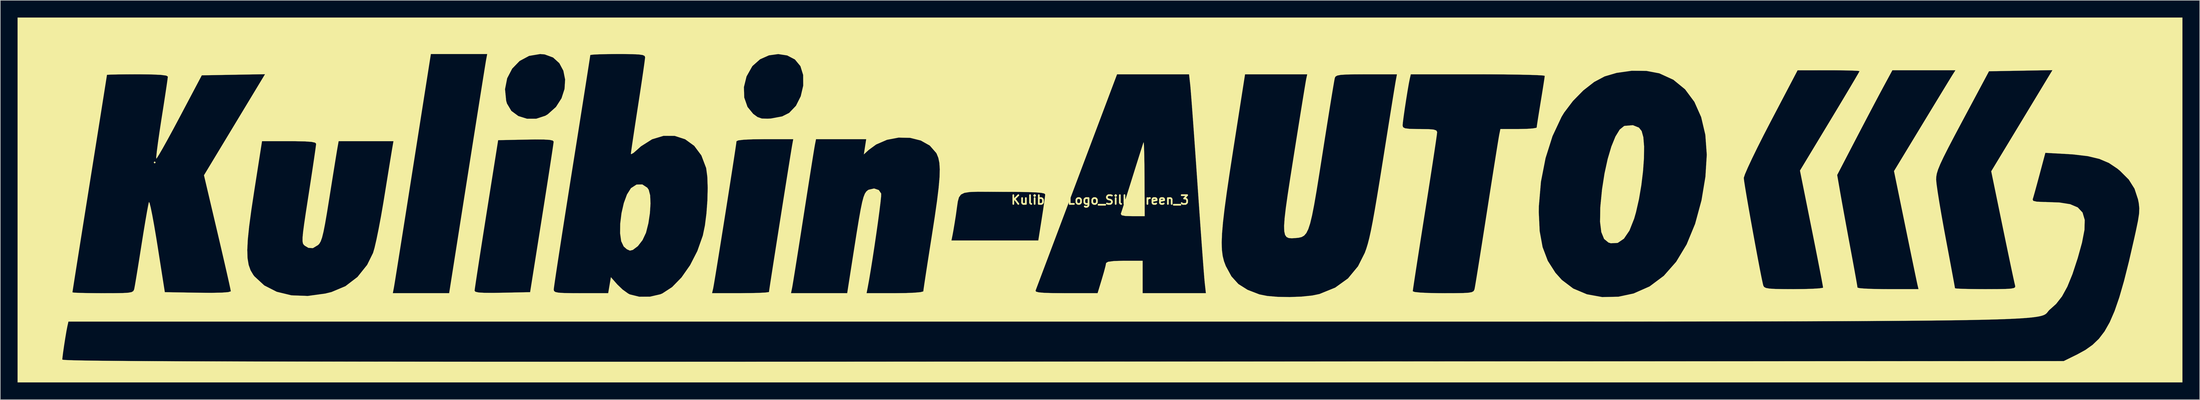
<source format=kicad_pcb>
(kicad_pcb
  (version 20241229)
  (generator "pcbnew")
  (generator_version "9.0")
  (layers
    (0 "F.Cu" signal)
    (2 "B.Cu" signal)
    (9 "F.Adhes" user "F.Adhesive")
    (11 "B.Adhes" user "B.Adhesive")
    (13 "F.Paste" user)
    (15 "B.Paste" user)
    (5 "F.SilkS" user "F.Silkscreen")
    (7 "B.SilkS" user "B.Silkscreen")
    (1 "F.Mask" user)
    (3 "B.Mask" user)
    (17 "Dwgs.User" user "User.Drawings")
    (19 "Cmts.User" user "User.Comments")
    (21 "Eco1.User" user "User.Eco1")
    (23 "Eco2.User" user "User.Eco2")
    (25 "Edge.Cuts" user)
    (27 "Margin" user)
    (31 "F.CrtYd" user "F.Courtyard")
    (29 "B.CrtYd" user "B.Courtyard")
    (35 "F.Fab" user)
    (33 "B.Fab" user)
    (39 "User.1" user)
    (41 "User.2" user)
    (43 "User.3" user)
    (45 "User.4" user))
  (footprint "Kulibin-Logo_SilkScreen_3"
    (layer "F.Cu")
    (at 188.036 31.755)
    (property "Reference" "Kulibin-Logo_SilkScreen_3" (at 0 0 0) (layer "F.SilkS") (effects (font (size 1.524 1.524) (thickness 0.3))))
    (attr through_hole)
    (fp_poly (pts (xy -164.042 -6.526) (xy -164.218 -6.35) (xy -164.394 -6.526) (xy -164.218 -6.703) (xy -164.042 -6.526)) (stroke (width 0.01) (type solid)) (fill yes) (layer "F.SilkS"))
    (fp_poly (pts (xy 7.611 -9.833) (xy 7.653 -9.008) (xy 7.689 -7.681) (xy 7.716 -5.952) (xy 7.733 -3.923) (xy 7.733 -3.792) (xy 7.761 2.822) (xy 5.607 2.822) (xy 4.4 2.789) (xy 3.777 2.67) (xy 3.615 2.435) (xy 3.643 2.325) (xy 3.807 1.836) (xy 4.142 0.795) (xy 4.608 -0.676) (xy 5.168 -2.454) (xy 5.631 -3.937) (xy 6.23 -5.855) (xy 6.762 -7.545) (xy 7.187 -8.888) (xy 7.47 -9.767) (xy 7.567 -10.054) (xy 7.611 -9.833)) (stroke (width 0.01) (type solid)) (fill yes) (layer "F.SilkS"))
    (fp_poly (pts (xy -78.642 -2.132) (xy -78.395 -1.764) (xy -78.149 -0.815) (xy -78.085 0.607) (xy -78.19 2.296) (xy -78.451 4.047) (xy -78.855 5.655) (xy -78.879 5.728) (xy -79.472 6.992) (xy -80.28 8.037) (xy -81.147 8.689) (xy -81.661 8.819) (xy -82.196 8.579) (xy -82.742 8.097) (xy -83.176 7.178) (xy -83.369 5.784) (xy -83.342 4.094) (xy -83.119 2.288) (xy -82.721 0.545) (xy -82.171 -0.956) (xy -81.491 -2.036) (xy -81.473 -2.056) (xy -80.513 -2.678) (xy -79.502 -2.697) (xy -78.642 -2.132)) (stroke (width 0.01) (type solid)) (fill yes) (layer "F.SilkS"))
    (fp_poly (pts (xy 93.617 -12.59) (xy 94.089 -11.994) (xy 94.383 -10.922) (xy 94.513 -9.305) (xy 94.49 -7.28) (xy 94.326 -4.987) (xy 94.034 -2.563) (xy 93.624 -0.146) (xy 93.109 2.126) (xy 92.787 3.258) (xy 91.97 5.327) (xy 91.012 6.738) (xy 89.926 7.478) (xy 88.727 7.536) (xy 88.318 7.407) (xy 87.565 6.782) (xy 87.083 5.595) (xy 86.865 3.816) (xy 86.903 1.411) (xy 86.924 1.084) (xy 87.211 -1.853) (xy 87.642 -4.621) (xy 88.19 -7.133) (xy 88.831 -9.301) (xy 89.536 -11.036) (xy 90.28 -12.253) (xy 91.036 -12.863) (xy 91.132 -12.892) (xy 92.562 -13.014) (xy 93.617 -12.59)) (stroke (width 0.01) (type solid)) (fill yes) (layer "F.SilkS"))
    (fp_poly (pts (xy 188.031 31.75) (xy -188.031 31.75) (xy -188.031 27.783) (xy -180.267 27.783) (xy -180.148 27.818) (xy -179.78 27.851) (xy -179.147 27.882) (xy -178.234 27.911) (xy -177.024 27.938) (xy -175.502 27.964) (xy -173.651 27.988) (xy -171.457 28.01) (xy -168.903 28.03) (xy -165.973 28.049) (xy -162.652 28.066) (xy -158.923 28.082) (xy -154.771 28.096) (xy -150.181 28.109) (xy -145.135 28.12) (xy -139.619 28.13) (xy -133.616 28.138) (xy -127.111 28.146) (xy -120.088 28.151) (xy -112.531 28.156) (xy -104.424 28.159) (xy -95.751 28.161) (xy -86.497 28.161) (xy -76.646 28.161) (xy -66.181 28.159) (xy -55.087 28.156) (xy -43.349 28.152) (xy -30.95 28.147) (xy -17.874 28.142) (xy -6.431 28.136) (xy 167.408 28.046) (xy 169.744 26.896) (xy 171.167 26.115) (xy 172.414 25.228) (xy 173.514 24.171) (xy 174.499 22.881) (xy 175.398 21.293) (xy 176.242 19.344) (xy 177.06 16.971) (xy 177.884 14.109) (xy 178.742 10.695) (xy 179.666 6.665) (xy 179.948 5.385) (xy 180.305 3.661) (xy 180.498 2.417) (xy 180.541 1.448) (xy 180.447 0.55) (xy 180.312 -0.122) (xy 179.705 -1.965) (xy 178.707 -3.55) (xy 177.189 -5.071) (xy 176.705 -5.47) (xy 175.255 -6.44) (xy 173.599 -7.145) (xy 171.595 -7.625) (xy 169.099 -7.922) (xy 167.922 -8) (xy 164.218 -8.202) (xy 163.196 -4.365) (xy 162.77 -2.784) (xy 162.401 -1.435) (xy 162.13 -0.477) (xy 162.011 -0.088) (xy 162.123 0.159) (xy 162.742 0.301) (xy 163.958 0.355) (xy 164.269 0.357) (xy 166.676 0.444) (xy 168.524 0.738) (xy 169.847 1.3) (xy 170.68 2.189) (xy 171.057 3.468) (xy 171.014 5.197) (xy 170.584 7.436) (xy 169.84 10.122) (xy 168.928 12.907) (xy 168.036 15.095) (xy 167.109 16.788) (xy 166.093 18.09) (xy 165.137 18.953) (xy 164.94 19.122) (xy 164.79 19.283) (xy 164.669 19.436) (xy 164.557 19.58) (xy 164.437 19.715) (xy 164.29 19.843) (xy 164.097 19.963) (xy 163.84 20.076) (xy 163.5 20.182) (xy 163.058 20.28) (xy 162.496 20.372) (xy 161.796 20.458) (xy 160.939 20.537) (xy 159.906 20.61) (xy 158.679 20.677) (xy 157.239 20.739) (xy 155.568 20.795) (xy 153.647 20.847) (xy 151.458 20.893) (xy 148.981 20.935) (xy 146.199 20.973) (xy 143.093 21.006) (xy 139.644 21.036) (xy 135.834 21.061) (xy 131.644 21.084) (xy 127.056 21.103) (xy 122.051 21.119) (xy 116.61 21.133) (xy 110.716 21.144) (xy 104.349 21.152) (xy 97.491 21.159) (xy 90.123 21.164) (xy 82.226 21.167) (xy 73.783 21.17) (xy 64.775 21.171) (xy 55.183 21.171) (xy 44.988 21.17) (xy 34.172 21.169) (xy 22.717 21.168) (xy 10.603 21.167) (xy -2.187 21.167) (xy -9.582 21.167) (xy -179.198 21.167) (xy -179.378 21.96) (xy -179.541 22.798) (xy -179.744 23.999) (xy -179.952 25.333) (xy -180.131 26.571) (xy -180.244 27.484) (xy -180.267 27.783) (xy -188.031 27.783) (xy -188.031 16.086) (xy -178.506 16.086) (xy -178.173 16.136) (xy -177.257 16.177) (xy -175.88 16.208) (xy -174.163 16.226) (xy -173.221 16.228) (xy -171.189 16.224) (xy -169.754 16.203) (xy -168.807 16.148) (xy -168.239 16.044) (xy -167.94 15.874) (xy -167.803 15.624) (xy -167.754 15.434) (xy -167.645 14.849) (xy -167.447 13.688) (xy -167.182 12.073) (xy -166.869 10.127) (xy -166.528 7.972) (xy -166.495 7.761) (xy -166.153 5.613) (xy -165.834 3.685) (xy -165.558 2.092) (xy -165.347 0.951) (xy -165.219 0.377) (xy -165.211 0.353) (xy -165.101 0.532) (xy -164.905 1.321) (xy -164.638 2.63) (xy -164.32 4.371) (xy -163.967 6.456) (xy -163.729 7.938) (xy -162.454 16.051) (xy -156.722 16.148) (xy -154.346 16.167) (xy -152.58 16.133) (xy -151.454 16.048) (xy -150.998 15.914) (xy -150.989 15.888) (xy -151.067 15.464) (xy -151.287 14.444) (xy -151.63 12.917) (xy -152.074 10.972) (xy -152.599 8.7) (xy -152.599 8.698) (xy -148.133 8.698) (xy -148.084 10.15) (xy -147.893 11.305) (xy -147.561 12.242) (xy -147.086 13.041) (xy -146.89 13.297) (xy -145.177 14.88) (xy -143.008 15.987) (xy -140.463 16.603) (xy -137.624 16.71) (xy -134.57 16.292) (xy -134.309 16.228) (xy -122.849 16.228) (xy -113.06 16.228) (xy -112.992 15.797) (xy -108.645 15.797) (xy -108.49 15.982) (xy -107.958 16.103) (xy -106.962 16.164) (xy -105.414 16.174) (xy -103.826 16.15) (xy -98.996 16.051) (xy -98.924 15.597) (xy -94.897 15.597) (xy -94.841 15.852) (xy -94.598 16.028) (xy -94.06 16.139) (xy -93.117 16.199) (xy -91.66 16.224) (xy -90.166 16.228) (xy -85.434 16.228) (xy -84.964 13.444) (xy -83.852 14.711) (xy -82.934 15.595) (xy -81.968 16.29) (xy -81.675 16.442) (xy -80.04 16.845) (xy -78.166 16.835) (xy -76.379 16.42) (xy -76.024 16.273) (xy -75.954 16.228) (xy -67.394 16.228) (xy -62.448 16.228) (xy -53.678 16.228) (xy -43.916 16.228) (xy -42.716 8.555) (xy -42.261 5.669) (xy -41.889 3.402) (xy -41.582 1.672) (xy -41.32 0.401) (xy -41.083 -0.491) (xy -40.852 -1.085) (xy -40.608 -1.46) (xy -40.33 -1.697) (xy -40.188 -1.779) (xy -39.243 -1.999) (xy -38.425 -1.72) (xy -38.012 -1.111) (xy -38.025 -0.629) (xy -38.134 0.43) (xy -38.321 1.947) (xy -38.569 3.803) (xy -38.862 5.879) (xy -39.181 8.056) (xy -39.51 10.213) (xy -39.833 12.232) (xy -40.13 13.994) (xy -40.362 15.258) (xy -40.552 16.228) (xy -35.622 16.228) (xy -33.752 16.205) (xy -32.238 16.143) (xy -31.187 16.048) (xy -30.709 15.927) (xy -30.692 15.897) (xy -30.678 15.787) (xy -11.2 15.787) (xy -11.107 15.961) (xy -10.626 16.086) (xy -9.679 16.168) (xy -8.188 16.213) (xy -6.075 16.228) (xy -5.893 16.228) (xy -0.421 16.228) (xy 0.318 13.792) (xy 0.684 12.539) (xy 0.948 11.536) (xy 1.058 10.986) (xy 1.058 10.97) (xy 1.404 10.762) (xy 2.419 10.632) (xy 4.072 10.584) (xy 4.233 10.583) (xy 7.408 10.583) (xy 7.408 16.228) (xy 18.395 16.228) (xy 18.188 14.376) (xy 18.121 13.634) (xy 18.012 12.271) (xy 17.868 10.371) (xy 17.694 8.017) (xy 17.65 7.397) (xy 21.137 7.397) (xy 21.175 8.681) (xy 21.308 9.744) (xy 21.532 10.654) (xy 21.842 11.479) (xy 21.858 11.516) (xy 22.833 13.305) (xy 24.04 14.637) (xy 25.638 15.647) (xy 27.693 16.44) (xy 29.051 16.712) (xy 30.876 16.866) (xy 32.938 16.903) (xy 35.01 16.825) (xy 36.861 16.634) (xy 38.124 16.373) (xy 40.852 15.262) (xy 43.076 13.66) (xy 44.821 11.546) (xy 45.99 9.22) (xy 46.259 8.481) (xy 46.517 7.639) (xy 46.779 6.622) (xy 47.057 5.359) (xy 47.367 3.777) (xy 47.721 1.806) (xy 48.134 -0.628) (xy 48.62 -3.595) (xy 49.192 -7.168) (xy 49.374 -8.318) (xy 49.817 -11.105) (xy 50.113 -12.965) (xy 52.565 -12.965) (xy 52.646 -12.662) (xy 52.98 -12.477) (xy 53.702 -12.382) (xy 54.944 -12.349) (xy 55.562 -12.347) (xy 57.045 -12.327) (xy 57.953 -12.252) (xy 58.414 -12.096) (xy 58.559 -11.836) (xy 58.561 -11.78) (xy 58.508 -11.315) (xy 58.355 -10.232) (xy 58.115 -8.611) (xy 57.8 -6.533) (xy 57.422 -4.076) (xy 56.994 -1.32) (xy 56.526 1.656) (xy 56.444 2.175) (xy 55.973 5.168) (xy 55.537 7.945) (xy 55.15 10.429) (xy 54.824 12.541) (xy 54.571 14.204) (xy 54.402 15.339) (xy 54.33 15.87) (xy 54.328 15.895) (xy 54.664 16.019) (xy 55.606 16.12) (xy 57.055 16.191) (xy 58.912 16.225) (xy 59.613 16.228) (xy 61.644 16.224) (xy 63.079 16.203) (xy 64.026 16.148) (xy 64.594 16.044) (xy 64.893 15.874) (xy 65.03 15.624) (xy 65.079 15.434) (xy 65.173 14.91) (xy 65.362 13.773) (xy 65.632 12.109) (xy 65.969 10) (xy 66.36 7.533) (xy 66.79 4.792) (xy 67.208 2.117) (xy 76.216 2.117) (xy 76.373 5.426) (xy 76.882 8.214) (xy 77.782 10.593) (xy 79.109 12.673) (xy 80.227 13.923) (xy 82.206 15.421) (xy 84.586 16.423) (xy 87.242 16.906) (xy 90.05 16.846) (xy 92.696 16.281) (xy 95.47 15.054) (xy 97.938 13.207) (xy 100.088 10.762) (xy 101.906 7.74) (xy 103.378 4.164) (xy 104.491 0.057) (xy 105.133 -3.823) (xy 111.831 -3.823) (xy 111.893 -3.278) (xy 112.067 -2.157) (xy 112.33 -0.578) (xy 112.663 1.344) (xy 113.042 3.491) (xy 113.449 5.745) (xy 113.86 7.99) (xy 114.255 10.109) (xy 114.612 11.984) (xy 114.912 13.5) (xy 115.131 14.537) (xy 115.222 14.905) (xy 115.361 15.148) (xy 115.68 15.318) (xy 116.288 15.428) (xy 117.295 15.49) (xy 118.81 15.517) (xy 120.497 15.522) (xy 122.303 15.505) (xy 123.83 15.457) (xy 124.952 15.386) (xy 125.545 15.298) (xy 125.607 15.258) (xy 125.544 14.857) (xy 125.36 13.853) (xy 125.069 12.336) (xy 124.691 10.394) (xy 124.242 8.115) (xy 123.739 5.59) (xy 123.608 4.939) (xy 121.746 -4.345) (xy 128.055 -4.345) (xy 128.6 -1.202) (xy 128.849 0.202) (xy 129.194 2.111) (xy 129.601 4.338) (xy 130.035 6.695) (xy 130.365 8.467) (xy 130.748 10.53) (xy 131.082 12.354) (xy 131.346 13.824) (xy 131.52 14.829) (xy 131.585 15.256) (xy 131.585 15.258) (xy 131.918 15.35) (xy 132.834 15.428) (xy 134.213 15.486) (xy 135.931 15.518) (xy 136.884 15.522) (xy 142.183 15.522) (xy 141.997 14.728) (xy 141.879 14.182) (xy 141.64 13.043) (xy 141.301 11.409) (xy 140.881 9.38) (xy 140.402 7.053) (xy 139.884 4.528) (xy 139.869 4.455) (xy 138.233 -3.528) (xy 145.246 -3.528) (xy 145.323 -2.739) (xy 145.515 -1.375) (xy 145.804 0.447) (xy 146.172 2.608) (xy 146.598 4.992) (xy 146.903 6.64) (xy 147.348 9.006) (xy 147.746 11.135) (xy 148.079 12.931) (xy 148.331 14.297) (xy 148.482 15.14) (xy 148.519 15.371) (xy 148.852 15.423) (xy 149.768 15.468) (xy 151.147 15.501) (xy 152.866 15.52) (xy 153.835 15.522) (xy 155.875 15.516) (xy 157.31 15.491) (xy 158.238 15.434) (xy 158.759 15.333) (xy 158.973 15.177) (xy 158.979 14.954) (xy 158.966 14.905) (xy 158.849 14.408) (xy 158.61 13.315) (xy 158.271 11.721) (xy 157.851 9.722) (xy 157.37 7.413) (xy 156.848 4.888) (xy 156.799 4.648) (xy 154.816 -4.991) (xy 165.45 -22.596) (xy 159.94 -22.499) (xy 154.429 -22.401) (xy 149.817 -13.758) (xy 148.434 -11.154) (xy 147.355 -9.086) (xy 146.544 -7.476) (xy 145.965 -6.242) (xy 145.582 -5.303) (xy 145.359 -4.58) (xy 145.26 -3.99) (xy 145.246 -3.528) (xy 138.233 -3.528) (xy 137.927 -5.024) (xy 142.759 -13.007) (xy 144.078 -15.184) (xy 145.298 -17.195) (xy 146.365 -18.952) (xy 147.225 -20.365) (xy 147.824 -21.345) (xy 148.096 -21.784) (xy 148.601 -22.578) (xy 137.647 -22.578) (xy 136.074 -19.667) (xy 135.396 -18.4) (xy 134.48 -16.669) (xy 133.412 -14.638) (xy 132.277 -12.47) (xy 131.278 -10.551) (xy 128.055 -4.345) (xy 121.746 -4.345) (xy 121.592 -5.115) (xy 126.765 -13.693) (xy 128.098 -15.907) (xy 129.303 -17.921) (xy 130.335 -19.655) (xy 131.148 -21.032) (xy 131.696 -21.975) (xy 131.933 -22.407) (xy 131.939 -22.424) (xy 131.606 -22.477) (xy 130.689 -22.521) (xy 129.308 -22.553) (xy 127.585 -22.571) (xy 126.559 -22.572) (xy 121.179 -22.567) (xy 116.505 -13.644) (xy 115.296 -11.305) (xy 114.203 -9.132) (xy 113.268 -7.213) (xy 112.534 -5.637) (xy 112.042 -4.492) (xy 111.834 -3.867) (xy 111.831 -3.823) (xy 105.133 -3.823) (xy 105.169 -4.041) (xy 105.407 -7.868) (xy 105.155 -11.343) (xy 104.43 -14.427) (xy 103.25 -17.079) (xy 101.633 -19.259) (xy 99.596 -20.927) (xy 97.165 -22.041) (xy 94.914 -22.467) (xy 92.354 -22.488) (xy 89.742 -22.12) (xy 87.665 -21.509) (xy 85.843 -20.54) (xy 83.952 -19.063) (xy 82.158 -17.234) (xy 80.629 -15.212) (xy 80.175 -14.464) (xy 78.605 -11.112) (xy 77.398 -7.296) (xy 76.595 -3.18) (xy 76.233 1.074) (xy 76.216 2.117) (xy 67.208 2.117) (xy 67.664 -0.811) (xy 68.094 -3.549) (xy 68.483 -6.013) (xy 68.818 -8.116) (xy 69.084 -9.771) (xy 69.269 -10.893) (xy 69.355 -11.377) (xy 69.553 -12.347) (xy 72.7 -12.347) (xy 74.093 -12.375) (xy 75.171 -12.448) (xy 75.778 -12.554) (xy 75.855 -12.612) (xy 75.912 -13.044) (xy 76.062 -14.027) (xy 76.284 -15.417) (xy 76.553 -17.067) (xy 76.56 -17.11) (xy 76.83 -18.765) (xy 77.051 -20.162) (xy 77.201 -21.157) (xy 77.258 -21.605) (xy 77.258 -21.608) (xy 76.919 -21.671) (xy 75.957 -21.729) (xy 74.453 -21.779) (xy 72.491 -21.821) (xy 70.152 -21.851) (xy 67.519 -21.869) (xy 65.623 -21.872) (xy 53.988 -21.872) (xy 53.805 -21.078) (xy 53.639 -20.237) (xy 53.421 -18.971) (xy 53.18 -17.47) (xy 52.944 -15.925) (xy 52.744 -14.527) (xy 52.608 -13.466) (xy 52.565 -12.965) (xy 50.113 -12.965) (xy 50.233 -13.712) (xy 50.607 -16.047) (xy 50.924 -18.015) (xy 51.169 -19.522) (xy 51.328 -20.477) (xy 51.371 -20.726) (xy 51.584 -21.872) (xy 46.277 -21.872) (xy 44.22 -21.865) (xy 42.763 -21.834) (xy 41.797 -21.769) (xy 41.217 -21.657) (xy 40.917 -21.486) (xy 40.791 -21.255) (xy 40.697 -20.774) (xy 40.509 -19.678) (xy 40.239 -18.05) (xy 39.901 -15.972) (xy 39.51 -13.526) (xy 39.076 -10.795) (xy 38.628 -7.937) (xy 38.071 -4.395) (xy 37.602 -1.486) (xy 37.198 0.852) (xy 36.84 2.683) (xy 36.508 4.071) (xy 36.18 5.078) (xy 35.837 5.769) (xy 35.457 6.207) (xy 35.021 6.455) (xy 34.507 6.577) (xy 33.921 6.635) (xy 33.295 6.669) (xy 32.791 6.63) (xy 32.409 6.454) (xy 32.147 6.082) (xy 32.005 5.45) (xy 31.98 4.499) (xy 32.072 3.165) (xy 32.279 1.388) (xy 32.601 -0.895) (xy 33.037 -3.744) (xy 33.585 -7.221) (xy 33.653 -7.654) (xy 34.118 -10.584) (xy 34.554 -13.318) (xy 34.948 -15.77) (xy 35.286 -17.857) (xy 35.554 -19.495) (xy 35.739 -20.6) (xy 35.825 -21.078) (xy 35.997 -21.872) (xy 25.194 -21.872) (xy 23.139 -8.731) (xy 22.518 -4.702) (xy 22.018 -1.299) (xy 21.634 1.544) (xy 21.362 3.896) (xy 21.198 5.824) (xy 21.137 7.397) (xy 17.65 7.397) (xy 17.498 5.293) (xy 17.285 2.281) (xy 17.061 -0.935) (xy 16.931 -2.822) (xy 16.704 -6.117) (xy 16.484 -9.255) (xy 16.278 -12.154) (xy 16.091 -14.728) (xy 15.93 -16.897) (xy 15.8 -18.575) (xy 15.709 -19.68) (xy 15.676 -20.02) (xy 15.471 -21.872) (xy 2.961 -21.872) (xy -4.037 -3.263) (xy -5.336 0.19) (xy -6.562 3.451) (xy -7.693 6.459) (xy -8.706 9.152) (xy -9.578 11.471) (xy -10.285 13.354) (xy -10.807 14.741) (xy -11.118 15.57) (xy -11.2 15.787) (xy -30.678 15.787) (xy -30.638 15.472) (xy -30.489 14.447) (xy -30.257 12.916) (xy -29.958 10.975) (xy -29.606 8.72) (xy -29.344 7.056) (xy -25.809 7.056) (xy -10.72 7.056) (xy -10.119 3.263) (xy -9.874 1.675) (xy -9.677 0.327) (xy -9.553 -0.618) (xy -9.521 -0.97) (xy -9.687 -1.125) (xy -10.226 -1.241) (xy -11.209 -1.324) (xy -12.703 -1.377) (xy -14.778 -1.405) (xy -16.927 -1.411) (xy -19.41 -1.423) (xy -21.281 -1.429) (xy -22.633 -1.382) (xy -23.559 -1.235) (xy -24.151 -0.943) (xy -24.502 -0.459) (xy -24.703 0.263) (xy -24.849 1.27) (xy -25.032 2.608) (xy -25.038 2.646) (xy -25.259 4.044) (xy -25.468 5.292) (xy -25.613 6.085) (xy -25.809 7.056) (xy -29.344 7.056) (xy -29.25 6.46) (xy -28.717 3.014) (xy -28.313 0.186) (xy -28.034 -2.1) (xy -27.875 -3.918) (xy -27.833 -5.345) (xy -27.904 -6.455) (xy -28.083 -7.324) (xy -28.365 -8.026) (xy -28.451 -8.182) (xy -29.571 -9.469) (xy -31.13 -10.347) (xy -32.983 -10.812) (xy -34.989 -10.855) (xy -37.005 -10.472) (xy -38.889 -9.655) (xy -40.179 -8.709) (xy -41.022 -7.937) (xy -40.818 -9.26) (xy -40.614 -10.583) (xy -49.333 -10.583) (xy -49.525 -9.613) (xy -49.625 -9.037) (xy -49.818 -7.855) (xy -50.09 -6.157) (xy -50.426 -4.034) (xy -50.813 -1.577) (xy -51.235 1.123) (xy -51.5 2.822) (xy -51.937 5.624) (xy -52.347 8.238) (xy -52.717 10.572) (xy -53.03 12.536) (xy -53.273 14.039) (xy -53.432 14.99) (xy -53.48 15.258) (xy -53.678 16.228) (xy -62.448 16.228) (xy -60.672 16.213) (xy -59.179 16.173) (xy -58.094 16.113) (xy -57.545 16.038) (xy -57.503 16.009) (xy -57.45 15.626) (xy -57.301 14.641) (xy -57.071 13.15) (xy -56.775 11.246) (xy -56.428 9.027) (xy -56.045 6.585) (xy -55.641 4.018) (xy -55.231 1.419) (xy -54.83 -1.116) (xy -54.452 -3.493) (xy -54.114 -5.616) (xy -53.829 -7.39) (xy -53.614 -8.719) (xy -53.482 -9.51) (xy -53.464 -9.613) (xy -53.287 -10.583) (xy -58.217 -10.583) (xy -60.295 -10.559) (xy -61.85 -10.488) (xy -62.821 -10.375) (xy -63.147 -10.228) (xy -63.201 -9.796) (xy -63.352 -8.764) (xy -63.585 -7.227) (xy -63.884 -5.284) (xy -64.235 -3.03) (xy -64.622 -0.561) (xy -65.03 2.026) (xy -65.444 4.635) (xy -65.848 7.169) (xy -66.227 9.532) (xy -66.566 11.627) (xy -66.85 13.359) (xy -67.063 14.63) (xy -67.19 15.345) (xy -67.209 15.434) (xy -67.394 16.228) (xy -75.954 16.228) (xy -74.333 15.17) (xy -72.699 13.489) (xy -71.208 11.355) (xy -69.948 8.895) (xy -69.007 6.234) (xy -68.984 6.151) (xy -68.631 4.441) (xy -68.366 2.356) (xy -68.202 0.108) (xy -68.147 -2.094) (xy -68.213 -4.038) (xy -68.408 -5.513) (xy -68.423 -5.578) (xy -69.247 -7.753) (xy -70.493 -9.425) (xy -72.068 -10.567) (xy -73.876 -11.154) (xy -75.822 -11.162) (xy -77.81 -10.564) (xy -79.745 -9.336) (xy -80.383 -8.761) (xy -81.041 -8.186) (xy -81.439 -7.971) (xy -81.492 -8.025) (xy -81.44 -8.46) (xy -81.294 -9.489) (xy -81.069 -11.008) (xy -80.782 -12.913) (xy -80.447 -15.102) (xy -80.257 -16.33) (xy -79.902 -18.641) (xy -79.751 -19.644) (xy -61.861 -19.644) (xy -61.803 -17.824) (xy -61.236 -16.194) (xy -60.247 -14.982) (xy -59.493 -14.43) (xy -58.76 -14.176) (xy -57.755 -14.143) (xy -57.144 -14.18) (xy -55.214 -14.541) (xy -53.999 -15.152) (xy -52.819 -16.388) (xy -51.985 -18.047) (xy -51.551 -19.912) (xy -51.568 -21.764) (xy -52.041 -23.295) (xy -53.001 -24.457) (xy -54.338 -25.156) (xy -55.895 -25.394) (xy -57.517 -25.171) (xy -59.05 -24.49) (xy -60.336 -23.351) (xy -60.435 -23.225) (xy -61.406 -21.497) (xy -61.861 -19.644) (xy -79.751 -19.644) (xy -79.587 -20.738) (xy -79.327 -22.513) (xy -79.138 -23.86) (xy -79.036 -24.671) (xy -79.022 -24.844) (xy -79.108 -25.07) (xy -79.434 -25.227) (xy -80.106 -25.325) (xy -81.23 -25.379) (xy -82.911 -25.399) (xy -83.785 -25.4) (xy -85.526 -25.388) (xy -86.981 -25.353) (xy -88.023 -25.302) (xy -88.522 -25.239) (xy -88.547 -25.22) (xy -88.601 -24.849) (xy -88.756 -23.843) (xy -89.002 -22.264) (xy -89.329 -20.176) (xy -89.728 -17.64) (xy -90.189 -14.719) (xy -90.702 -11.474) (xy -91.257 -7.969) (xy -91.722 -5.037) (xy -92.305 -1.353) (xy -92.854 2.133) (xy -93.358 5.358) (xy -93.807 8.256) (xy -94.193 10.763) (xy -94.504 12.816) (xy -94.731 14.35) (xy -94.865 15.302) (xy -94.897 15.597) (xy -98.924 15.597) (xy -96.956 3.175) (xy -96.492 0.235) (xy -96.064 -2.494) (xy -95.685 -4.93) (xy -95.368 -6.994) (xy -95.124 -8.606) (xy -94.966 -9.684) (xy -94.907 -10.148) (xy -94.907 -10.152) (xy -95.062 -10.338) (xy -95.595 -10.458) (xy -96.592 -10.52) (xy -98.142 -10.529) (xy -99.725 -10.505) (xy -104.553 -10.407) (xy -106.594 2.469) (xy -107.058 5.41) (xy -107.486 8.138) (xy -107.865 10.575) (xy -108.182 12.639) (xy -108.427 14.25) (xy -108.585 15.328) (xy -108.645 15.792) (xy -108.645 15.797) (xy -112.992 15.797) (xy -109.938 -3.616) (xy -109.358 -7.299) (xy -108.807 -10.794) (xy -108.294 -14.035) (xy -107.832 -16.956) (xy -107.462 -19.28) (xy -103.359 -19.28) (xy -103.159 -17.263) (xy -103.016 -16.771) (xy -102.255 -15.497) (xy -101.042 -14.604) (xy -99.544 -14.137) (xy -97.928 -14.139) (xy -96.36 -14.654) (xy -95.928 -14.913) (xy -94.509 -16.183) (xy -93.543 -17.691) (xy -93.016 -19.322) (xy -92.914 -20.963) (xy -93.222 -22.499) (xy -93.926 -23.816) (xy -95.011 -24.8) (xy -96.462 -25.335) (xy -97.258 -25.4) (xy -99.175 -25.08) (xy -100.819 -24.196) (xy -102.114 -22.859) (xy -102.986 -21.183) (xy -103.359 -19.28) (xy -107.462 -19.28) (xy -107.429 -19.491) (xy -107.097 -21.574) (xy -106.846 -23.139) (xy -106.686 -24.121) (xy -106.633 -24.43) (xy -106.451 -25.4) (xy -116.24 -25.399) (xy -119.358 -5.556) (xy -119.938 -1.873) (xy -120.488 1.622) (xy -121 4.863) (xy -121.463 7.784) (xy -121.866 10.319) (xy -122.198 12.402) (xy -122.449 13.968) (xy -122.61 14.949) (xy -122.663 15.258) (xy -122.849 16.228) (xy -134.309 16.228) (xy -133.504 16.03) (xy -131.082 15.012) (xy -128.989 13.41) (xy -127.306 11.301) (xy -126.28 9.221) (xy -126.026 8.349) (xy -125.693 6.911) (xy -125.31 5.039) (xy -124.902 2.866) (xy -124.497 0.523) (xy -124.373 -0.237) (xy -123.998 -2.556) (xy -123.651 -4.702) (xy -123.35 -6.555) (xy -123.114 -7.997) (xy -122.964 -8.906) (xy -122.933 -9.084) (xy -122.735 -10.231) (xy -132.26 -10.231) (xy -132.466 -9.084) (xy -132.581 -8.401) (xy -132.787 -7.142) (xy -133.063 -5.428) (xy -133.391 -3.381) (xy -133.75 -1.122) (xy -133.872 -0.355) (xy -134.282 2.19) (xy -134.615 4.127) (xy -134.894 5.548) (xy -135.139 6.544) (xy -135.374 7.206) (xy -135.619 7.625) (xy -135.838 7.847) (xy -136.727 8.385) (xy -137.507 8.339) (xy -138.115 7.979) (xy -138.321 7.803) (xy -138.461 7.562) (xy -138.531 7.169) (xy -138.524 6.538) (xy -138.434 5.581) (xy -138.254 4.212) (xy -137.979 2.344) (xy -137.601 -0.11) (xy -137.474 -0.929) (xy -137.109 -3.299) (xy -136.783 -5.447) (xy -136.512 -7.273) (xy -136.31 -8.674) (xy -136.193 -9.548) (xy -136.169 -9.79) (xy -136.36 -9.98) (xy -136.984 -10.111) (xy -138.117 -10.191) (xy -139.841 -10.227) (xy -140.87 -10.231) (xy -145.569 -10.231) (xy -146.911 -1.652) (xy -147.429 1.775) (xy -147.805 4.59) (xy -148.04 6.871) (xy -148.133 8.698) (xy -152.599 8.698) (xy -153.185 6.189) (xy -153.32 5.614) (xy -155.651 -4.301) (xy -150.348 -13.095) (xy -145.045 -21.89) (xy -150.538 -21.793) (xy -156.031 -21.696) (xy -159.905 -14.361) (xy -161 -12.305) (xy -161.989 -10.485) (xy -162.824 -8.985) (xy -163.458 -7.889) (xy -163.844 -7.282) (xy -163.938 -7.187) (xy -163.935 -7.569) (xy -163.832 -8.539) (xy -163.642 -9.988) (xy -163.381 -11.809) (xy -163.063 -13.893) (xy -163.012 -14.219) (xy -162.677 -16.352) (xy -162.385 -18.256) (xy -162.15 -19.818) (xy -161.992 -20.923) (xy -161.926 -21.459) (xy -161.925 -21.481) (xy -162.221 -21.651) (xy -163.129 -21.772) (xy -164.679 -21.845) (xy -166.9 -21.872) (xy -167.217 -21.872) (xy -169.058 -21.866) (xy -170.621 -21.849) (xy -171.783 -21.823) (xy -172.423 -21.79) (xy -172.508 -21.772) (xy -172.562 -21.415) (xy -172.717 -20.425) (xy -172.963 -18.867) (xy -173.29 -16.803) (xy -173.687 -14.298) (xy -174.145 -11.416) (xy -174.653 -8.221) (xy -175.202 -4.777) (xy -175.507 -2.864) (xy -176.073 0.689) (xy -176.604 4.027) (xy -177.09 7.088) (xy -177.521 9.806) (xy -177.887 12.118) (xy -178.177 13.96) (xy -178.381 15.267) (xy -178.49 15.975) (xy -178.506 16.086) (xy -188.031 16.086) (xy -188.031 -31.75) (xy 188.031 -31.75) (xy 188.031 31.75)) (stroke (width 0.01) (type solid)) (fill yes) (layer "F.SilkS")))
  (gr_rect
    (start -3 -3)
    (end 379.071 66.51)
    (stroke (width 0.1) (type default))
    (fill no)
    (layer "Edge.Cuts")))
</source>
